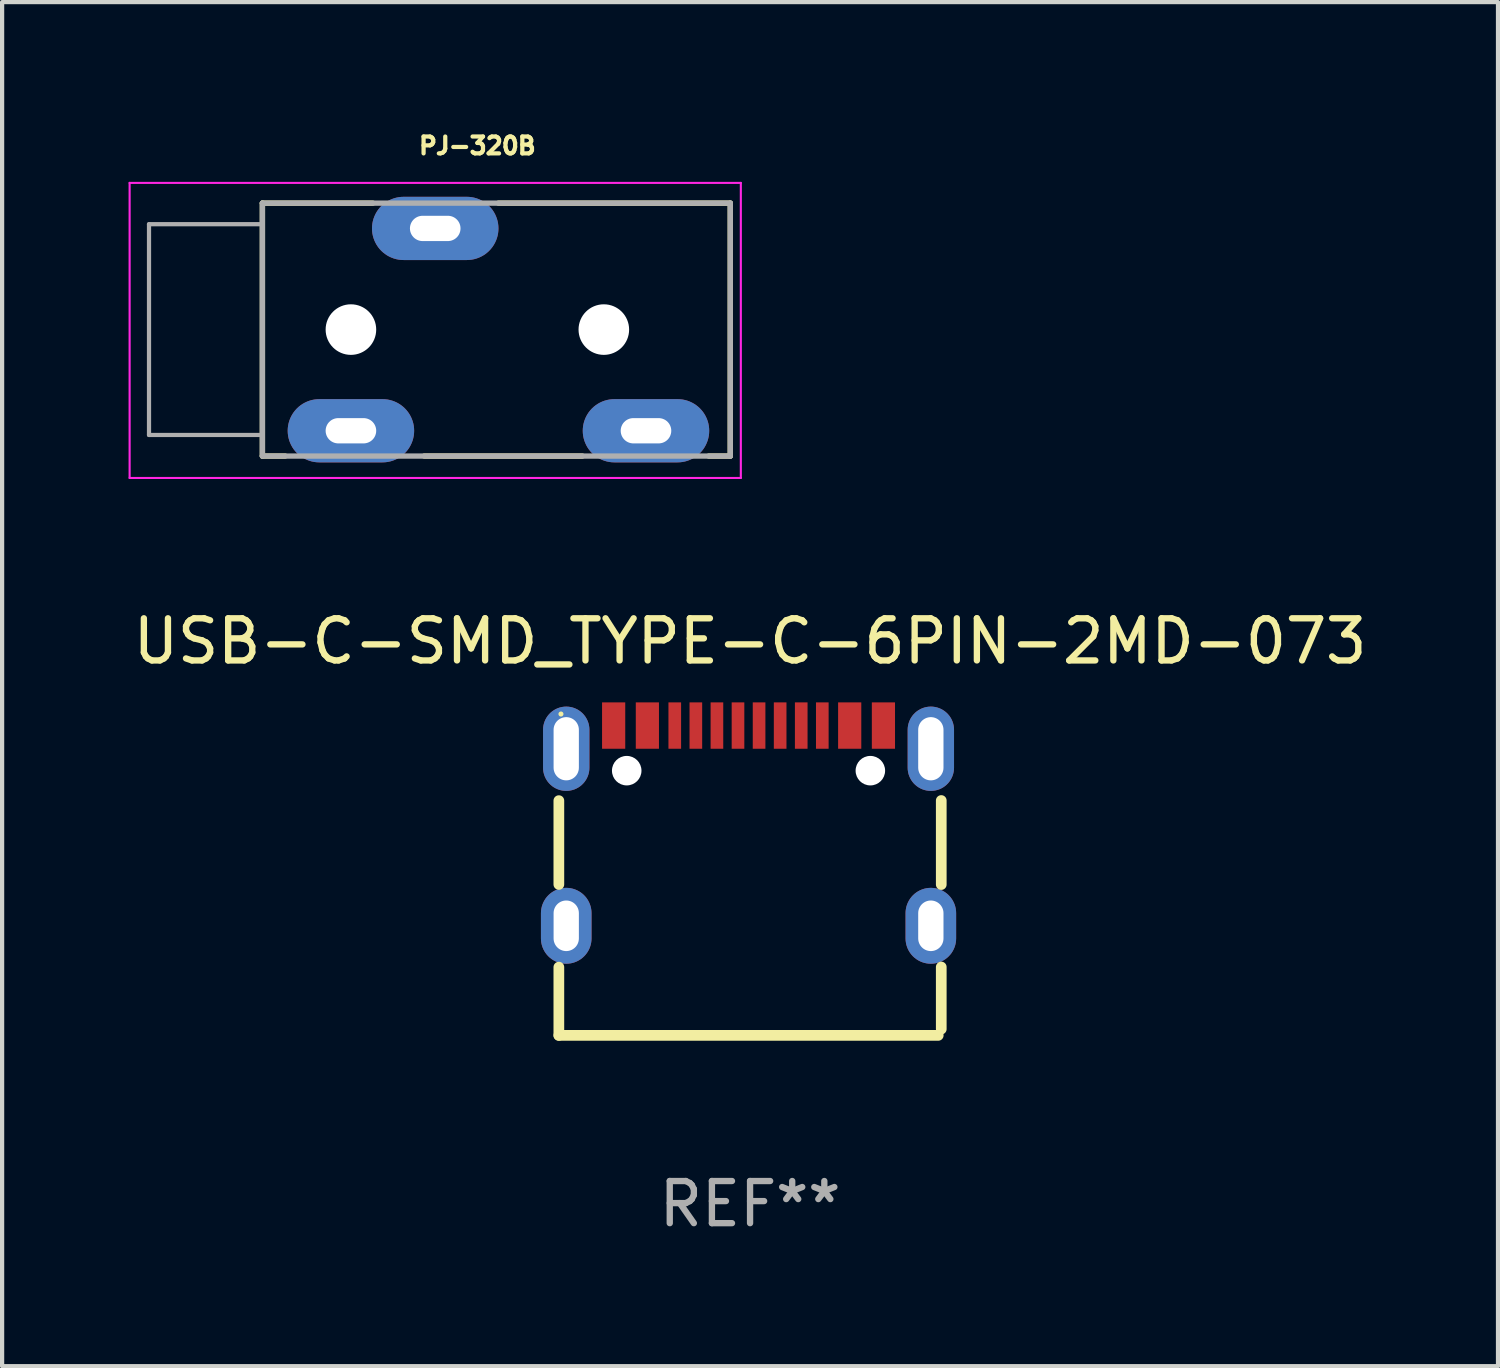
<source format=kicad_pcb>
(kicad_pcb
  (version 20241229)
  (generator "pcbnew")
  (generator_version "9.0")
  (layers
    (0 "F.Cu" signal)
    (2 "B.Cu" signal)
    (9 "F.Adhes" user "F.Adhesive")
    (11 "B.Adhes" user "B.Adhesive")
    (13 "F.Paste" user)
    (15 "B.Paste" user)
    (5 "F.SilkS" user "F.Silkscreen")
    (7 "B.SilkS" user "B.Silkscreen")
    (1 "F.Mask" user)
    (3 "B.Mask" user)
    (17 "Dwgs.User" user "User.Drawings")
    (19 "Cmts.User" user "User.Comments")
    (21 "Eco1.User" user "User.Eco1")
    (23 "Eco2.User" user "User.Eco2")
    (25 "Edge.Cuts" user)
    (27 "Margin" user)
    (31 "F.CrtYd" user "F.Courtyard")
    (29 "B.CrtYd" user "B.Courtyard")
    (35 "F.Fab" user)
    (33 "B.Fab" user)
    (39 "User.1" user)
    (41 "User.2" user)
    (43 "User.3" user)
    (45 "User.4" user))
  (footprint "PJ-320B"
    (layer "F.Cu")
    (at 8.275 4.769)
    (property "Reference" "PJ-320B" (at 0 -4.36 0) (layer "F.SilkS") (effects (font (size 0.4 0.4) (thickness 0.1) (bold yes))))
    (attr smd)
    (fp_line (start -5.1 -3) (end -2.48 -3) (stroke (width 0.127) (type solid)) (layer "F.SilkS"))
    (fp_line (start -5.1 3) (end -5.1 -3) (stroke (width 0.127) (type solid)) (layer "F.SilkS"))
    (fp_line (start -4.56 3) (end -5.1 3) (stroke (width 0.127) (type solid)) (layer "F.SilkS"))
    (fp_line (start -1.26 3) (end 2.49 3) (stroke (width 0.127) (type solid)) (layer "F.SilkS"))
    (fp_line (start 0.5 -3) (end 6 -3) (stroke (width 0.127) (type solid)) (layer "F.SilkS"))
    (fp_line (start 6 -3) (end 6 3) (stroke (width 0.127) (type solid)) (layer "F.SilkS"))
    (fp_line (start 6 3) (end 5.49 3) (stroke (width 0.127) (type solid)) (layer "F.SilkS"))
    (fp_line (start -8.25 -3.48) (end -8.25 3.52) (stroke (width 0.05) (type solid)) (layer "F.CrtYd"))
    (fp_line (start 6.25 -3.48) (end -8.25 -3.48) (stroke (width 0.05) (type solid)) (layer "F.CrtYd"))
    (fp_line (start 6.25 3.52) (end -8.25 3.52) (stroke (width 0.05) (type solid)) (layer "F.CrtYd"))
    (fp_line (start 6.25 3.52) (end 6.25 -3.48) (stroke (width 0.05) (type solid)) (layer "F.CrtYd"))
    (fp_line (start -7.79 -2.5) (end -7.79 2.5) (stroke (width 0.1) (type default)) (layer "F.Fab"))
    (fp_line (start -5.1 -3) (end -5.09 -2) (stroke (width 0.1) (type default)) (layer "F.Fab"))
    (fp_line (start -5.1 -3) (end 6 -3) (stroke (width 0.127) (type solid)) (layer "F.Fab"))
    (fp_line (start -5.1 3) (end -5.1 -3) (stroke (width 0.127) (type solid)) (layer "F.Fab"))
    (fp_line (start -5.09 -2.5) (end -7.79 -2.5) (stroke (width 0.1) (type default)) (layer "F.Fab"))
    (fp_line (start -5.09 2.5) (end -7.79 2.5) (stroke (width 0.1) (type default)) (layer "F.Fab"))
    (fp_line (start 6 -3) (end 6 3) (stroke (width 0.127) (type solid)) (layer "F.Fab"))
    (fp_line (start 6 3) (end -5.1 3) (stroke (width 0.127) (type solid)) (layer "F.Fab"))
    (pad "" np_thru_hole circle (at -3 0) (size 1.2 1.2) (drill 1.2) (layers "*.Cu" "*.Mask"))
    (pad "" np_thru_hole circle (at 3 0) (size 1.2 1.2) (drill 1.2) (layers "*.Cu" "*.Mask"))
    (pad "1" thru_hole oval (at -3 2.4 90) (size 1.5 3) (drill oval 0.6 1.2) (layers "*.Cu" "*.Mask"))
    (pad "2" thru_hole oval (at -1 -2.4 90) (size 1.5 3) (drill oval 0.6 1.2) (layers "*.Cu" "*.Mask"))
    (pad "3" thru_hole oval (at 4 2.4 90) (size 1.5 3) (drill oval 0.6 1.2) (layers "*.Cu" "*.Mask")))
  (footprint "USB-C-SMD_TYPE-C-6PIN-2MD-073"
    (layer "F.Cu")
    (at 14.708 16.538)
    (property "Reference" "USB-C-SMD_TYPE-C-6PIN-2MD-073" (at 0.036 -4.375 0) (layer "F.SilkS") (effects (font (size 1 1) (thickness 0.15))))
    (attr through_hole)
    (fp_line (start -4.5 1.394) (end -4.5 -0.594) (stroke (width 0.254) (type solid)) (layer "F.SilkS"))
    (fp_line (start -4.5 4.975) (end -4.5 3.356) (stroke (width 0.254) (type solid)) (layer "F.SilkS"))
    (fp_line (start 4.5 4.975) (end -4.5 4.975) (stroke (width 0.254) (type solid)) (layer "F.SilkS"))
    (fp_line (start 4.572 1.397) (end 4.572 -0.597) (stroke (width 0.254) (type solid)) (layer "F.SilkS"))
    (fp_line (start 4.572 4.826) (end 4.572 3.353) (stroke (width 0.254) (type solid)) (layer "F.SilkS"))
    (fp_circle (center -4.45 -2.649) (end -4.42 -2.649) (stroke (width 0.06) (type solid)) (fill no) (layer "F.SilkS"))
    (fp_circle (center -2.89 -1.305) (end -2.765 -1.305) (stroke (width 0.25) (type solid)) (fill no) (layer "F.Fab"))
    (fp_circle (center 2.89 -1.305) (end 3.015 -1.305) (stroke (width 0.25) (type solid)) (fill no) (layer "F.Fab"))
    (fp_text user "REF**" (at 0.036 8.975 0) (layer "F.Fab") (effects (font (size 1 1) (thickness 0.15))))
    (pad "" np_thru_hole circle (at -2.89 -1.305) (size 0.7 0.7) (drill 0.7) (layers "*.Cu" "*.Mask"))
    (pad "" np_thru_hole circle (at 2.89 -1.305) (size 0.7 0.7) (drill 0.7) (layers "*.Cu" "*.Mask"))
    (pad "1" smd rect (at -3.2 -2.375) (size 0.55 1.1) (layers "F.Cu" "F.Mask" "F.Paste"))
    (pad "2" smd rect (at -2.4 -2.375) (size 0.55 1.1) (layers "F.Cu" "F.Mask" "F.Paste"))
    (pad "3" smd rect (at -1.75 -2.375) (size 0.3 1.1) (layers "F.Cu" "F.Mask" "F.Paste"))
    (pad "4" smd rect (at -1.25 -2.375) (size 0.3 1.1) (layers "F.Cu" "F.Mask" "F.Paste"))
    (pad "5" smd rect (at -0.75 -2.375) (size 0.3 1.1) (layers "F.Cu" "F.Mask" "F.Paste"))
    (pad "6" smd rect (at -0.25 -2.375) (size 0.3 1.1) (layers "F.Cu" "F.Mask" "F.Paste"))
    (pad "7" smd rect (at 0.25 -2.375) (size 0.3 1.1) (layers "F.Cu" "F.Mask" "F.Paste"))
    (pad "8" smd rect (at 0.75 -2.375) (size 0.3 1.1) (layers "F.Cu" "F.Mask" "F.Paste"))
    (pad "9" smd rect (at 1.25 -2.375) (size 0.3 1.1) (layers "F.Cu" "F.Mask" "F.Paste"))
    (pad "10" smd rect (at 1.75 -2.375) (size 0.3 1.1) (layers "F.Cu" "F.Mask" "F.Paste"))
    (pad "11" smd rect (at 2.4 -2.375) (size 0.55 1.1) (layers "F.Cu" "F.Mask" "F.Paste"))
    (pad "12" smd rect (at 3.2 -2.375) (size 0.55 1.1) (layers "F.Cu" "F.Mask" "F.Paste"))
    (pad "13" thru_hole oval (at -4.325 -1.825) (size 1.1 2) (drill oval 0.6 1.5) (layers "*.Cu" "*.Mask"))
    (pad "13" thru_hole oval (at -4.325 2.375) (size 1.2 1.8) (drill oval 0.6 1.2) (layers "*.Cu" "*.Mask"))
    (pad "14" thru_hole oval (at 4.325 -1.825) (size 1.1 2) (drill oval 0.6 1.5) (layers "*.Cu" "*.Mask"))
    (pad "14" thru_hole oval (at 4.325 2.375) (size 1.2 1.8) (drill oval 0.6 1.2) (layers "*.Cu" "*.Mask")))
  (gr_rect
    (start -3 -3)
    (end 32.488 29.361)
    (stroke (width 0.1) (type default))
    (fill no)
    (layer "Edge.Cuts")))
</source>
